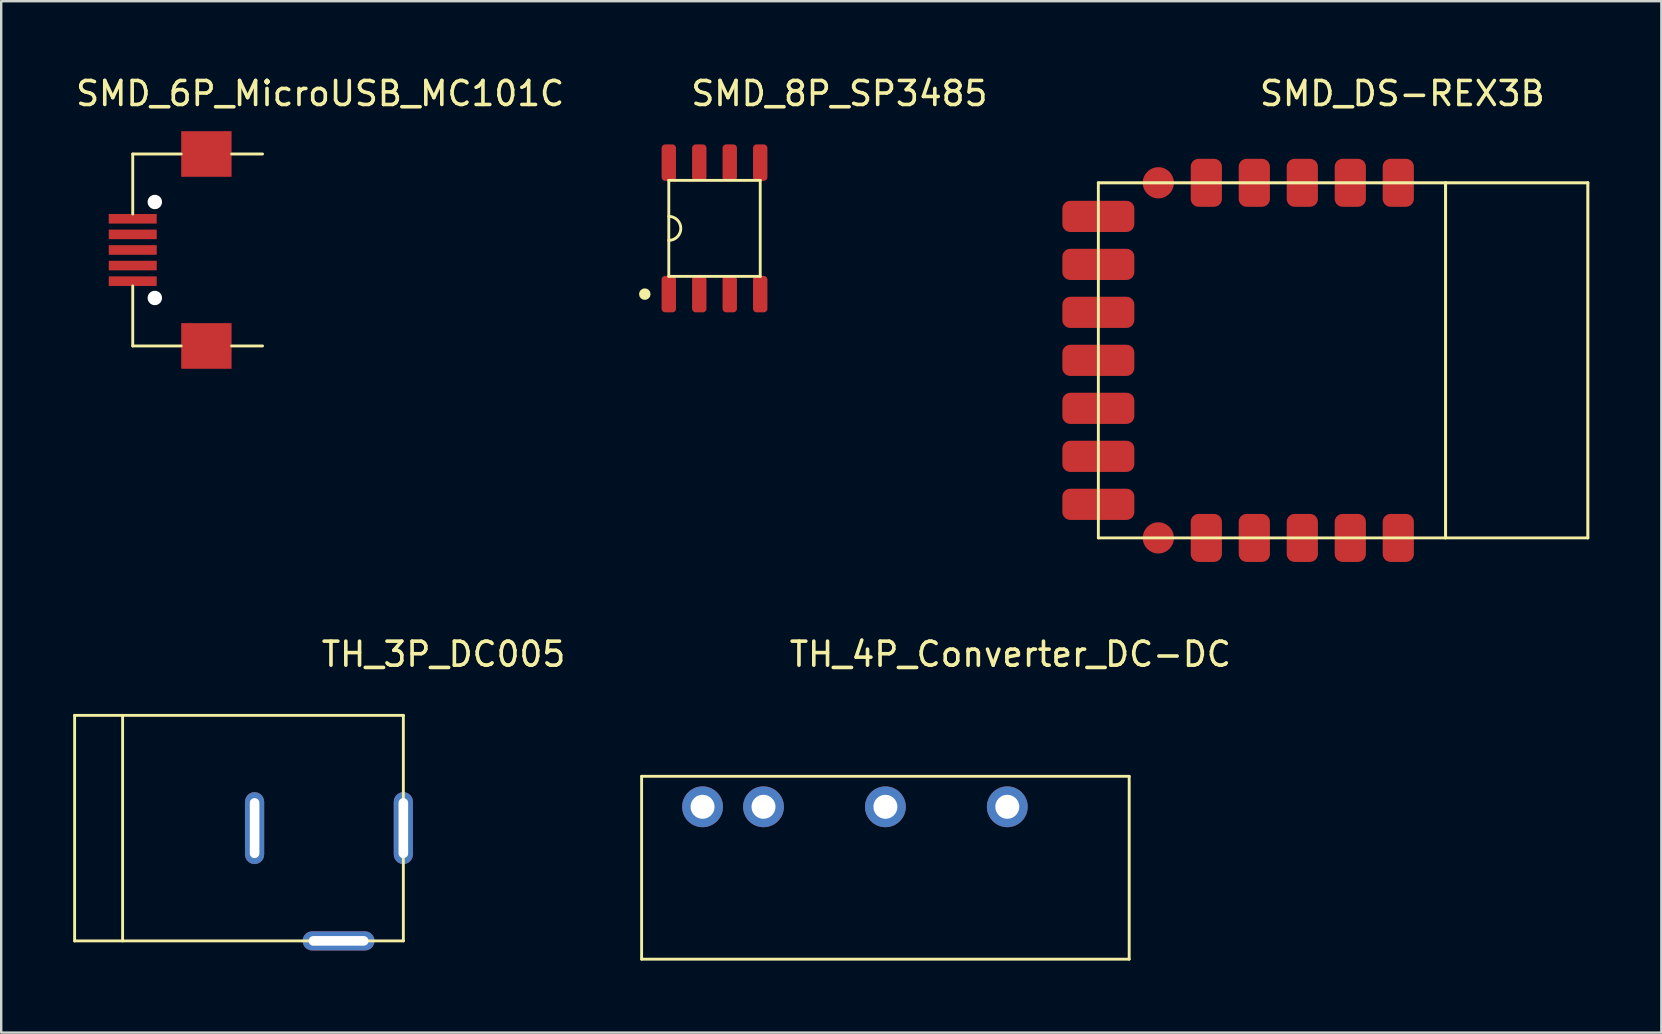
<source format=kicad_pcb>
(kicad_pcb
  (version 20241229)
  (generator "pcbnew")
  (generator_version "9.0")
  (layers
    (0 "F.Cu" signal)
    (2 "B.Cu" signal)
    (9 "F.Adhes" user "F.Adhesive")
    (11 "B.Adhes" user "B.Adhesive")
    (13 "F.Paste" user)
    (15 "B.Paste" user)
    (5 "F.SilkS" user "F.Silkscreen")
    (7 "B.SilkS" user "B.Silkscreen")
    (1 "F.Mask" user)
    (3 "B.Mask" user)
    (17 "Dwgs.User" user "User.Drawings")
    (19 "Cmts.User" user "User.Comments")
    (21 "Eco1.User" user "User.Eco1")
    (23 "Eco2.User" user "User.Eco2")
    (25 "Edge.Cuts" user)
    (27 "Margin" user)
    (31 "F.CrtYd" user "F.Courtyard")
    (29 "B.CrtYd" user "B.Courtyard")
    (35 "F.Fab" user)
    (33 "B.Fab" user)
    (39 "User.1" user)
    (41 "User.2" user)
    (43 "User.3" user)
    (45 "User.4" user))
  (footprint "TH_3P_DC005"
    (layer "F.Cu")
    (at 7.56 31.463)
    (property "Reference" "TH_3P_DC005" (at 7.874 -7.247 0) (layer "F.SilkS") (effects (font (size 1 1) (thickness 0.15))))
    (attr through_hole)
    (fp_line (start -7.5 -4.7) (end 6.2 -4.7) (stroke (width 0.12) (type solid)) (layer "F.SilkS"))
    (fp_line (start -7.5 4.7) (end -7.5 -4.7) (stroke (width 0.12) (type solid)) (layer "F.SilkS"))
    (fp_line (start -7.5 4.7) (end 6.2 4.7) (stroke (width 0.12) (type solid)) (layer "F.SilkS"))
    (fp_line (start -5.5 4.7) (end -5.5 -4.7) (stroke (width 0.12) (type solid)) (layer "F.SilkS"))
    (fp_line (start 6.2 4.7) (end 6.2 -4.7) (stroke (width 0.12) (type solid)) (layer "F.SilkS"))
    (pad "1" thru_hole roundrect (at 6.2 0 90) (size 3 0.8) (drill oval 2.5 0.4) (layers "*.Cu" "*.Mask") (roundrect_rratio 0.5))
    (pad "2" thru_hole roundrect (at 3.5 4.7 180) (size 3 0.8) (drill oval 2.5 0.4) (layers "*.Cu" "*.Mask") (roundrect_rratio 0.5))
    (pad "3" thru_hole roundrect (at 0 0 90) (size 3 0.8) (drill oval 2.5 0.4) (layers "*.Cu" "*.Mask") (roundrect_rratio 0.5)))
  (footprint "SMD_DS-REX3B"
    (layer "F.Cu")
    (at 42.725 5.968)
    (property "Reference" "SMD_DS-REX3B" (at 12.67 -5.12 0) (layer "F.SilkS") (effects (font (size 1 1) (thickness 0.15))))
    (attr smd)
    (fp_line (start 0 -1.4) (end 0 13.4) (stroke (width 0.12) (type solid)) (layer "F.SilkS"))
    (fp_line (start 0 13.4) (end 20.4 13.4) (stroke (width 0.12) (type solid)) (layer "F.SilkS"))
    (fp_line (start 14.47 -1.4) (end 14.47 13.4) (stroke (width 0.127) (type solid)) (layer "F.SilkS"))
    (fp_line (start 20.4 -1.4) (end 0 -1.4) (stroke (width 0.127) (type solid)) (layer "F.SilkS"))
    (fp_line (start 20.4 -1.4) (end 20.4 13.4) (stroke (width 0.127) (type solid)) (layer "F.SilkS"))
    (pad "1" smd roundrect (at 0 0) (size 3 1.3) (layers "F.Cu" "F.Mask" "F.Paste") (roundrect_rratio 0.25))
    (pad "2" smd roundrect (at 0 2) (size 3 1.3) (layers "F.Cu" "F.Mask" "F.Paste") (roundrect_rratio 0.25))
    (pad "3" smd roundrect (at 0 4) (size 3 1.3) (layers "F.Cu" "F.Mask" "F.Paste") (roundrect_rratio 0.25))
    (pad "4" smd roundrect (at 0 6) (size 3 1.3) (layers "F.Cu" "F.Mask" "F.Paste") (roundrect_rratio 0.25))
    (pad "5" smd roundrect (at 0 8) (size 3 1.3) (layers "F.Cu" "F.Mask" "F.Paste") (roundrect_rratio 0.25))
    (pad "6" smd roundrect (at 0 10) (size 3 1.3) (layers "F.Cu" "F.Mask" "F.Paste") (roundrect_rratio 0.25))
    (pad "7" smd roundrect (at 0 12) (size 3 1.3) (layers "F.Cu" "F.Mask" "F.Paste") (roundrect_rratio 0.25))
    (pad "8" smd circle (at 2.5 -1.4 90) (size 1.3 1.3) (layers "F.Cu" "F.Mask" "F.Paste"))
    (pad "9" smd roundrect (at 4.5 -1.4 90) (size 2 1.3) (layers "F.Cu" "F.Mask" "F.Paste") (roundrect_rratio 0.25))
    (pad "10" smd roundrect (at 6.5 -1.4 90) (size 2 1.3) (layers "F.Cu" "F.Mask" "F.Paste") (roundrect_rratio 0.25))
    (pad "11" smd roundrect (at 8.5 -1.4 90) (size 2 1.3) (layers "F.Cu" "F.Mask" "F.Paste") (roundrect_rratio 0.25))
    (pad "12" smd roundrect (at 10.5 -1.4 90) (size 2 1.3) (layers "F.Cu" "F.Mask" "F.Paste") (roundrect_rratio 0.25))
    (pad "13" smd roundrect (at 12.5 -1.4 90) (size 2 1.3) (layers "F.Cu" "F.Mask" "F.Paste") (roundrect_rratio 0.25))
    (pad "14" smd circle (at 2.5 13.4 270) (size 1.3 1.3) (layers "F.Cu" "F.Mask" "F.Paste"))
    (pad "15" smd roundrect (at 4.5 13.4 270) (size 2 1.3) (layers "F.Cu" "F.Mask" "F.Paste") (roundrect_rratio 0.25))
    (pad "16" smd roundrect (at 6.5 13.4 270) (size 2 1.3) (layers "F.Cu" "F.Mask" "F.Paste") (roundrect_rratio 0.25))
    (pad "17" smd roundrect (at 8.5 13.4 270) (size 2 1.3) (layers "F.Cu" "F.Mask" "F.Paste") (roundrect_rratio 0.25))
    (pad "18" smd roundrect (at 10.5 13.4 270) (size 2 1.3) (layers "F.Cu" "F.Mask" "F.Paste") (roundrect_rratio 0.25))
    (pad "19" smd roundrect (at 12.5 13.4 270) (size 2 1.3) (layers "F.Cu" "F.Mask" "F.Paste") (roundrect_rratio 0.25)))
  (footprint "TH_4P_Converter_DC-DC"
    (layer "F.Cu")
    (at 26.23 33.114)
    (property "Reference" "TH_4P_Converter_DC-DC" (at 12.827 -8.898 0) (layer "F.SilkS") (effects (font (size 1 1) (thickness 0.15))))
    (attr through_hole)
    (fp_line (start -2.54 -3.81) (end -2.54 3.81) (stroke (width 0.12) (type solid)) (layer "F.SilkS"))
    (fp_line (start -2.54 -3.81) (end 17.78 -3.81) (stroke (width 0.12) (type solid)) (layer "F.SilkS"))
    (fp_line (start -2.54 3.81) (end 17.78 3.81) (stroke (width 0.12) (type solid)) (layer "F.SilkS"))
    (fp_line (start 17.78 -3.81) (end 17.78 3.81) (stroke (width 0.12) (type solid)) (layer "F.SilkS"))
    (pad "1" thru_hole circle (at 0 -2.54) (size 1.7 1.7) (drill 1) (layers "*.Cu" "*.Mask"))
    (pad "2" thru_hole circle (at 2.54 -2.54) (size 1.7 1.7) (drill 1) (layers "*.Cu" "*.Mask"))
    (pad "4" thru_hole circle (at 7.62 -2.54) (size 1.7 1.7) (drill 1) (layers "*.Cu" "*.Mask"))
    (pad "6" thru_hole circle (at 12.7 -2.54) (size 1.7 1.7) (drill 1) (layers "*.Cu" "*.Mask")))
  (footprint "SMD_8P_SP3485"
    (layer "F.Cu")
    (at 24.823 3.728)
    (property "Reference" "SMD_8P_SP3485" (at 7.11 -2.88 0) (layer "F.SilkS") (effects (font (size 1 1) (thickness 0.15))))
    (attr through_hole)
    (fp_line (start 0 0.74) (end 0 4.74) (stroke (width 0.12) (type solid)) (layer "F.SilkS"))
    (fp_line (start 0 0.74) (end 3.81 0.74) (stroke (width 0.12) (type solid)) (layer "F.SilkS"))
    (fp_line (start 0 4.74) (end 3.81 4.74) (stroke (width 0.12) (type solid)) (layer "F.SilkS"))
    (fp_line (start 3.81 0.74) (end 3.81 4.74) (stroke (width 0.12) (type solid)) (layer "F.SilkS"))
    (fp_arc (start 0 2.24) (mid 0.5 2.74) (end 0 3.24) (stroke (width 0.12) (type solid)) (layer "F.SilkS"))
    (fp_circle (center -1 5.48) (end -0.88 5.48) (stroke (width 0.24) (type solid)) (fill no) (layer "F.SilkS"))
    (pad "1" smd roundrect (at 0 5.48) (size 0.6 1.52) (layers "F.Cu" "F.Mask" "F.Paste") (roundrect_rratio 0.25))
    (pad "2" smd roundrect (at 1.27 5.48) (size 0.6 1.52) (layers "F.Cu" "F.Mask" "F.Paste") (roundrect_rratio 0.25))
    (pad "3" smd roundrect (at 2.54 5.48) (size 0.6 1.52) (layers "F.Cu" "F.Mask" "F.Paste") (roundrect_rratio 0.25))
    (pad "4" smd roundrect (at 3.81 5.48) (size 0.6 1.52) (layers "F.Cu" "F.Mask" "F.Paste") (roundrect_rratio 0.25))
    (pad "5" smd roundrect (at 3.81 0) (size 0.6 1.52) (layers "F.Cu" "F.Mask" "F.Paste") (roundrect_rratio 0.25))
    (pad "6" smd roundrect (at 2.54 0) (size 0.6 1.52) (layers "F.Cu" "F.Mask" "F.Paste") (roundrect_rratio 0.25))
    (pad "7" smd roundrect (at 1.27 0) (size 0.6 1.52) (layers "F.Cu" "F.Mask" "F.Paste") (roundrect_rratio 0.25))
    (pad "8" smd roundrect (at 0 0) (size 0.6 1.52) (layers "F.Cu" "F.Mask" "F.Paste") (roundrect_rratio 0.25)))
  (footprint "SMD_6P_MicroUSB_MC101C"
    (layer "F.Cu")
    (at 5.552 3.368)
    (property "Reference" "SMD_6P_MicroUSB_MC101C" (at 4.74 -2.52 0) (layer "F.SilkS") (effects (font (size 1 1) (thickness 0.15))))
    (attr through_hole)
    (fp_line (start -3.07 0) (end -3.07 2.5) (stroke (width 0.12) (type solid)) (layer "F.SilkS"))
    (fp_line (start -3.07 8) (end -3.07 5.5) (stroke (width 0.12) (type solid)) (layer "F.SilkS"))
    (fp_line (start -1.05 0) (end -3.07 0) (stroke (width 0.12) (type solid)) (layer "F.SilkS"))
    (fp_line (start -1.05 8) (end -3.07 8) (stroke (width 0.12) (type solid)) (layer "F.SilkS"))
    (fp_line (start 1.05 0) (end 2.34 0) (stroke (width 0.12) (type solid)) (layer "F.SilkS"))
    (fp_line (start 1.05 8) (end 2.34 8) (stroke (width 0.12) (type solid)) (layer "F.SilkS"))
    (pad "" np_thru_hole circle (at -2.15 2) (size 0.6 0.6) (drill 0.6) (layers "*.Cu" "*.Mask"))
    (pad "" np_thru_hole circle (at -2.15 6) (size 0.6 0.6) (drill 0.6) (layers "*.Cu" "*.Mask"))
    (pad "1" smd rect (at -3.07 5.3) (size 2 0.4) (layers "F.Cu" "F.Mask" "F.Paste"))
    (pad "2" smd rect (at -3.07 4.65) (size 2 0.4) (layers "F.Cu" "F.Mask" "F.Paste"))
    (pad "3" smd rect (at -3.07 4) (size 2 0.4) (layers "F.Cu" "F.Mask" "F.Paste"))
    (pad "4" smd rect (at -3.07 3.35) (size 2 0.4) (layers "F.Cu" "F.Mask" "F.Paste"))
    (pad "5" smd rect (at -3.07 2.7) (size 2 0.4) (layers "F.Cu" "F.Mask" "F.Paste"))
    (pad "6" smd rect (at 0 0) (size 2.1 1.9) (layers "F.Cu" "F.Mask" "F.Paste"))
    (pad "6" smd rect (at 0 8) (size 2.1 1.9) (layers "F.Cu" "F.Mask" "F.Paste")))
  (gr_rect
    (start -3 -3)
    (end 66.189 39.984)
    (stroke (width 0.1) (type default))
    (fill no)
    (layer "Edge.Cuts")))
</source>
